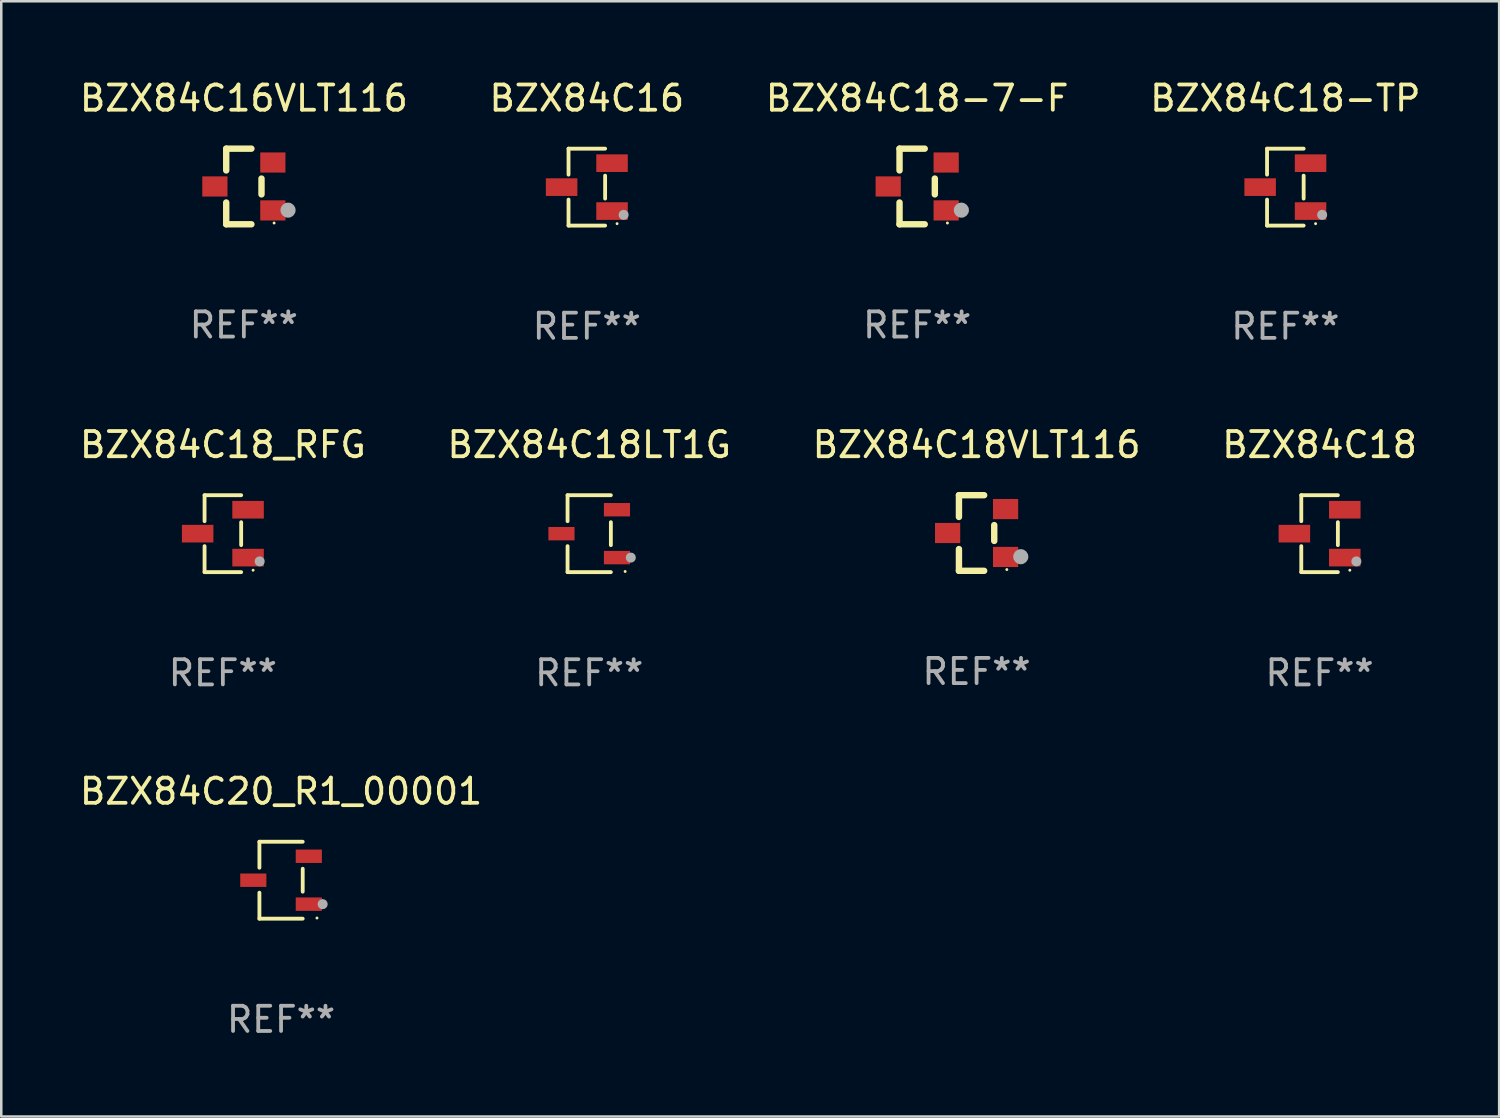
<source format=kicad_pcb>
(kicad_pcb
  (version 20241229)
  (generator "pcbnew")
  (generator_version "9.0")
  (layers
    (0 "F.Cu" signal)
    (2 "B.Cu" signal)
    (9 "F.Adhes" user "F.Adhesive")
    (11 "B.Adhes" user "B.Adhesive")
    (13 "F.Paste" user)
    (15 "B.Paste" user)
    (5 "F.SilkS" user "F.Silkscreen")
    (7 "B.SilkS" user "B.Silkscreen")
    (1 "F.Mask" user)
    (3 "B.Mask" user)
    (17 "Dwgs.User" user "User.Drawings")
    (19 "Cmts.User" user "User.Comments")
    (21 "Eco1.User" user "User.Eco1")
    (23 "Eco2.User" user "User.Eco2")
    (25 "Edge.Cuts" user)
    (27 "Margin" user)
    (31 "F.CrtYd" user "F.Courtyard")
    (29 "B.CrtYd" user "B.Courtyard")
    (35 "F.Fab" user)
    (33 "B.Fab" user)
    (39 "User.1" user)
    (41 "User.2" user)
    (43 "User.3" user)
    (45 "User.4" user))
  (footprint "BZX84C18LT1G"
    (layer "F.Cu")
    (at 20.327 18.123)
    (property "Reference" "BZX84C18LT1G" (at 0 -3.526 0) (layer "F.SilkS") (effects (font (size 1 1) (thickness 0.15))))
    (attr through_hole)
    (fp_line (start -0.859 -1.526) (end -0.859 -0.495) (stroke (width 0.152) (type solid)) (layer "F.SilkS"))
    (fp_line (start -0.859 1.526) (end -0.859 0.495) (stroke (width 0.152) (type solid)) (layer "F.SilkS"))
    (fp_line (start 0.859 -1.526) (end -0.859 -1.526) (stroke (width 0.152) (type solid)) (layer "F.SilkS"))
    (fp_line (start 0.859 -0.455) (end 0.859 0.455) (stroke (width 0.152) (type solid)) (layer "F.SilkS"))
    (fp_line (start 0.859 1.526) (end -0.859 1.526) (stroke (width 0.152) (type solid)) (layer "F.SilkS"))
    (fp_circle (center 1.425 1.5) (end 1.455 1.5) (stroke (width 0.06) (type solid)) (fill no) (layer "F.SilkS"))
    (fp_circle (center 1.65 0.95) (end 1.75 0.95) (stroke (width 0.2) (type solid)) (fill no) (layer "F.Fab"))
    (fp_text user "REF**" (at 0 5.526 0) (layer "F.Fab") (effects (font (size 1 1) (thickness 0.15))))
    (pad "1" smd rect (at 1.101 0.95) (size 1.037 0.532) (layers "F.Cu" "F.Mask" "F.Paste"))
    (pad "2" smd rect (at 1.101 -0.95) (size 1.037 0.532) (layers "F.Cu" "F.Mask" "F.Paste"))
    (pad "3" smd rect (at -1.101 0) (size 1.037 0.532) (layers "F.Cu" "F.Mask" "F.Paste")))
  (footprint "BZX84C16"
    (layer "F.Cu")
    (at 20.232 4.374)
    (property "Reference" "BZX84C16" (at 0 -3.526 0) (layer "F.SilkS") (effects (font (size 1 1) (thickness 0.15))))
    (attr through_hole)
    (fp_line (start -0.726 -1.526) (end -0.726 -0.495) (stroke (width 0.152) (type solid)) (layer "F.SilkS"))
    (fp_line (start -0.726 1.526) (end -0.726 0.495) (stroke (width 0.152) (type solid)) (layer "F.SilkS"))
    (fp_line (start 0.726 -1.526) (end -0.726 -1.526) (stroke (width 0.152) (type solid)) (layer "F.SilkS"))
    (fp_line (start 0.726 -0.455) (end 0.726 0.455) (stroke (width 0.152) (type solid)) (layer "F.SilkS"))
    (fp_line (start 0.726 1.526) (end -0.726 1.526) (stroke (width 0.152) (type solid)) (layer "F.SilkS"))
    (fp_circle (center 1.2 1.45) (end 1.23 1.45) (stroke (width 0.06) (type solid)) (fill no) (layer "F.SilkS"))
    (fp_circle (center 1.46 1.1) (end 1.56 1.1) (stroke (width 0.2) (type solid)) (fill no) (layer "F.Fab"))
    (fp_text user "REF**" (at 0 5.526 0) (layer "F.Fab") (effects (font (size 1 1) (thickness 0.15))))
    (pad "1" smd rect (at 1 0.95) (size 1.25 0.7) (layers "F.Cu" "F.Mask" "F.Paste"))
    (pad "2" smd rect (at 1 -0.95) (size 1.25 0.7) (layers "F.Cu" "F.Mask" "F.Paste"))
    (pad "3" smd rect (at -1 0) (size 1.25 0.7) (layers "F.Cu" "F.Mask" "F.Paste")))
  (footprint "BZX84C16VLT116"
    (layer "F.Cu")
    (at 6.625 4.348)
    (property "Reference" "BZX84C16VLT116" (at 0 -3.5 0) (layer "F.SilkS") (effects (font (size 1 1) (thickness 0.15))))
    (attr through_hole)
    (fp_line (start -0.7 -1.5) (end 0.3 -1.5) (stroke (width 0.254) (type solid)) (layer "F.SilkS"))
    (fp_line (start -0.7 -0.636) (end -0.7 -1.5) (stroke (width 0.254) (type solid)) (layer "F.SilkS"))
    (fp_line (start -0.7 1.5) (end -0.7 0.636) (stroke (width 0.254) (type solid)) (layer "F.SilkS"))
    (fp_line (start -0.7 1.5) (end 0.3 1.5) (stroke (width 0.254) (type solid)) (layer "F.SilkS"))
    (fp_line (start 0.7 0.314) (end 0.7 -0.314) (stroke (width 0.254) (type solid)) (layer "F.SilkS"))
    (fp_circle (center 1.2 1.45) (end 1.23 1.45) (stroke (width 0.06) (type solid)) (fill no) (layer "F.SilkS"))
    (fp_circle (center 1.753 0.94) (end 1.903 0.94) (stroke (width 0.3) (type solid)) (fill no) (layer "F.Fab"))
    (fp_text user "REF**" (at 0 5.5 0) (layer "F.Fab") (effects (font (size 1 1) (thickness 0.15))))
    (pad "1" smd rect (at 1.15 0.95 180) (size 1 0.8) (layers "F.Cu" "F.Mask" "F.Paste"))
    (pad "2" smd rect (at 1.15 -0.95 180) (size 1 0.8) (layers "F.Cu" "F.Mask" "F.Paste"))
    (pad "3" smd rect (at -1.15 -0.000051 180) (size 1 0.8) (layers "F.Cu" "F.Mask" "F.Paste")))
  (footprint "BZX84C18_RFG"
    (layer "F.Cu")
    (at 5.792 18.123)
    (property "Reference" "BZX84C18_RFG" (at 0 -3.526 0) (layer "F.SilkS") (effects (font (size 1 1) (thickness 0.15))))
    (attr through_hole)
    (fp_line (start -0.726 -1.526) (end -0.726 -0.495) (stroke (width 0.152) (type solid)) (layer "F.SilkS"))
    (fp_line (start -0.726 1.526) (end -0.726 0.495) (stroke (width 0.152) (type solid)) (layer "F.SilkS"))
    (fp_line (start 0.726 -1.526) (end -0.726 -1.526) (stroke (width 0.152) (type solid)) (layer "F.SilkS"))
    (fp_line (start 0.726 -0.455) (end 0.726 0.455) (stroke (width 0.152) (type solid)) (layer "F.SilkS"))
    (fp_line (start 0.726 1.526) (end -0.726 1.526) (stroke (width 0.152) (type solid)) (layer "F.SilkS"))
    (fp_circle (center 1.2 1.45) (end 1.23 1.45) (stroke (width 0.06) (type solid)) (fill no) (layer "F.SilkS"))
    (fp_circle (center 1.46 1.1) (end 1.56 1.1) (stroke (width 0.2) (type solid)) (fill no) (layer "F.Fab"))
    (fp_text user "REF**" (at 0 5.526 0) (layer "F.Fab") (effects (font (size 1 1) (thickness 0.15))))
    (pad "1" smd rect (at 1 0.95) (size 1.25 0.7) (layers "F.Cu" "F.Mask" "F.Paste"))
    (pad "2" smd rect (at 1 -0.95) (size 1.25 0.7) (layers "F.Cu" "F.Mask" "F.Paste"))
    (pad "3" smd rect (at -1 0) (size 1.25 0.7) (layers "F.Cu" "F.Mask" "F.Paste")))
  (footprint "BZX84C20_R1_00001"
    (layer "F.Cu")
    (at 8.101 31.872)
    (property "Reference" "BZX84C20_R1_00001" (at 0 -3.526 0) (layer "F.SilkS") (effects (font (size 1 1) (thickness 0.15))))
    (attr through_hole)
    (fp_line (start -0.859 -1.526) (end -0.859 -0.495) (stroke (width 0.152) (type solid)) (layer "F.SilkS"))
    (fp_line (start -0.859 1.526) (end -0.859 0.495) (stroke (width 0.152) (type solid)) (layer "F.SilkS"))
    (fp_line (start 0.859 -1.526) (end -0.859 -1.526) (stroke (width 0.152) (type solid)) (layer "F.SilkS"))
    (fp_line (start 0.859 -0.455) (end 0.859 0.455) (stroke (width 0.152) (type solid)) (layer "F.SilkS"))
    (fp_line (start 0.859 1.526) (end -0.859 1.526) (stroke (width 0.152) (type solid)) (layer "F.SilkS"))
    (fp_circle (center 1.425 1.5) (end 1.455 1.5) (stroke (width 0.06) (type solid)) (fill no) (layer "F.SilkS"))
    (fp_circle (center 1.65 0.95) (end 1.75 0.95) (stroke (width 0.2) (type solid)) (fill no) (layer "F.Fab"))
    (fp_text user "REF**" (at 0 5.526 0) (layer "F.Fab") (effects (font (size 1 1) (thickness 0.15))))
    (pad "1" smd rect (at 1.101 0.95) (size 1.037 0.532) (layers "F.Cu" "F.Mask" "F.Paste"))
    (pad "2" smd rect (at 1.101 -0.95) (size 1.037 0.532) (layers "F.Cu" "F.Mask" "F.Paste"))
    (pad "3" smd rect (at -1.101 0) (size 1.037 0.532) (layers "F.Cu" "F.Mask" "F.Paste")))
  (footprint "BZX84C18-TP"
    (layer "F.Cu")
    (at 47.946 4.374)
    (property "Reference" "BZX84C18-TP" (at 0 -3.526 0) (layer "F.SilkS") (effects (font (size 1 1) (thickness 0.15))))
    (attr through_hole)
    (fp_line (start -0.726 -1.526) (end -0.726 -0.495) (stroke (width 0.152) (type solid)) (layer "F.SilkS"))
    (fp_line (start -0.726 1.526) (end -0.726 0.495) (stroke (width 0.152) (type solid)) (layer "F.SilkS"))
    (fp_line (start 0.726 -1.526) (end -0.726 -1.526) (stroke (width 0.152) (type solid)) (layer "F.SilkS"))
    (fp_line (start 0.726 -0.455) (end 0.726 0.455) (stroke (width 0.152) (type solid)) (layer "F.SilkS"))
    (fp_line (start 0.726 1.526) (end -0.726 1.526) (stroke (width 0.152) (type solid)) (layer "F.SilkS"))
    (fp_circle (center 1.2 1.45) (end 1.23 1.45) (stroke (width 0.06) (type solid)) (fill no) (layer "F.SilkS"))
    (fp_circle (center 1.46 1.1) (end 1.56 1.1) (stroke (width 0.2) (type solid)) (fill no) (layer "F.Fab"))
    (fp_text user "REF**" (at 0 5.526 0) (layer "F.Fab") (effects (font (size 1 1) (thickness 0.15))))
    (pad "1" smd rect (at 1 0.95) (size 1.25 0.7) (layers "F.Cu" "F.Mask" "F.Paste"))
    (pad "2" smd rect (at 1 -0.95) (size 1.25 0.7) (layers "F.Cu" "F.Mask" "F.Paste"))
    (pad "3" smd rect (at -1 0) (size 1.25 0.7) (layers "F.Cu" "F.Mask" "F.Paste")))
  (footprint "BZX84C18"
    (layer "F.Cu")
    (at 49.304 18.123)
    (property "Reference" "BZX84C18" (at 0 -3.526 0) (layer "F.SilkS") (effects (font (size 1 1) (thickness 0.15))))
    (attr through_hole)
    (fp_line (start -0.726 -1.526) (end -0.726 -0.495) (stroke (width 0.152) (type solid)) (layer "F.SilkS"))
    (fp_line (start -0.726 1.526) (end -0.726 0.495) (stroke (width 0.152) (type solid)) (layer "F.SilkS"))
    (fp_line (start 0.726 -1.526) (end -0.726 -1.526) (stroke (width 0.152) (type solid)) (layer "F.SilkS"))
    (fp_line (start 0.726 -0.455) (end 0.726 0.455) (stroke (width 0.152) (type solid)) (layer "F.SilkS"))
    (fp_line (start 0.726 1.526) (end -0.726 1.526) (stroke (width 0.152) (type solid)) (layer "F.SilkS"))
    (fp_circle (center 1.2 1.45) (end 1.23 1.45) (stroke (width 0.06) (type solid)) (fill no) (layer "F.SilkS"))
    (fp_circle (center 1.46 1.1) (end 1.56 1.1) (stroke (width 0.2) (type solid)) (fill no) (layer "F.Fab"))
    (fp_text user "REF**" (at 0 5.526 0) (layer "F.Fab") (effects (font (size 1 1) (thickness 0.15))))
    (pad "1" smd rect (at 1 0.95) (size 1.25 0.7) (layers "F.Cu" "F.Mask" "F.Paste"))
    (pad "2" smd rect (at 1 -0.95) (size 1.25 0.7) (layers "F.Cu" "F.Mask" "F.Paste"))
    (pad "3" smd rect (at -1 0) (size 1.25 0.7) (layers "F.Cu" "F.Mask" "F.Paste")))
  (footprint "BZX84C18VLT116"
    (layer "F.Cu")
    (at 35.696 18.097)
    (property "Reference" "BZX84C18VLT116" (at 0 -3.5 0) (layer "F.SilkS") (effects (font (size 1 1) (thickness 0.15))))
    (attr through_hole)
    (fp_line (start -0.7 -1.5) (end 0.3 -1.5) (stroke (width 0.254) (type solid)) (layer "F.SilkS"))
    (fp_line (start -0.7 -0.636) (end -0.7 -1.5) (stroke (width 0.254) (type solid)) (layer "F.SilkS"))
    (fp_line (start -0.7 1.5) (end -0.7 0.636) (stroke (width 0.254) (type solid)) (layer "F.SilkS"))
    (fp_line (start -0.7 1.5) (end 0.3 1.5) (stroke (width 0.254) (type solid)) (layer "F.SilkS"))
    (fp_line (start 0.7 0.314) (end 0.7 -0.314) (stroke (width 0.254) (type solid)) (layer "F.SilkS"))
    (fp_circle (center 1.2 1.45) (end 1.23 1.45) (stroke (width 0.06) (type solid)) (fill no) (layer "F.SilkS"))
    (fp_circle (center 1.753 0.94) (end 1.903 0.94) (stroke (width 0.3) (type solid)) (fill no) (layer "F.Fab"))
    (fp_text user "REF**" (at 0 5.5 0) (layer "F.Fab") (effects (font (size 1 1) (thickness 0.15))))
    (pad "1" smd rect (at 1.15 0.95 180) (size 1 0.8) (layers "F.Cu" "F.Mask" "F.Paste"))
    (pad "2" smd rect (at 1.15 -0.95 180) (size 1 0.8) (layers "F.Cu" "F.Mask" "F.Paste"))
    (pad "3" smd rect (at -1.15 -0.000051 180) (size 1 0.8) (layers "F.Cu" "F.Mask" "F.Paste")))
  (footprint "BZX84C18-7-F"
    (layer "F.Cu")
    (at 33.339 4.348)
    (property "Reference" "BZX84C18-7-F" (at 0 -3.5 0) (layer "F.SilkS") (effects (font (size 1 1) (thickness 0.15))))
    (attr through_hole)
    (fp_line (start -0.7 -1.5) (end 0.3 -1.5) (stroke (width 0.254) (type solid)) (layer "F.SilkS"))
    (fp_line (start -0.7 -0.636) (end -0.7 -1.5) (stroke (width 0.254) (type solid)) (layer "F.SilkS"))
    (fp_line (start -0.7 1.5) (end -0.7 0.636) (stroke (width 0.254) (type solid)) (layer "F.SilkS"))
    (fp_line (start -0.7 1.5) (end 0.3 1.5) (stroke (width 0.254) (type solid)) (layer "F.SilkS"))
    (fp_line (start 0.7 0.314) (end 0.7 -0.314) (stroke (width 0.254) (type solid)) (layer "F.SilkS"))
    (fp_circle (center 1.2 1.45) (end 1.23 1.45) (stroke (width 0.06) (type solid)) (fill no) (layer "F.SilkS"))
    (fp_circle (center 1.753 0.94) (end 1.903 0.94) (stroke (width 0.3) (type solid)) (fill no) (layer "F.Fab"))
    (fp_text user "REF**" (at 0 5.5 0) (layer "F.Fab") (effects (font (size 1 1) (thickness 0.15))))
    (pad "1" smd rect (at 1.15 0.95 180) (size 1 0.8) (layers "F.Cu" "F.Mask" "F.Paste"))
    (pad "2" smd rect (at 1.15 -0.95 180) (size 1 0.8) (layers "F.Cu" "F.Mask" "F.Paste"))
    (pad "3" smd rect (at -1.15 -0.000051 180) (size 1 0.8) (layers "F.Cu" "F.Mask" "F.Paste")))
  (gr_rect
    (start -3 -3)
    (end 56.429 41.247)
    (stroke (width 0.1) (type default))
    (fill no)
    (layer "Edge.Cuts")))
</source>
